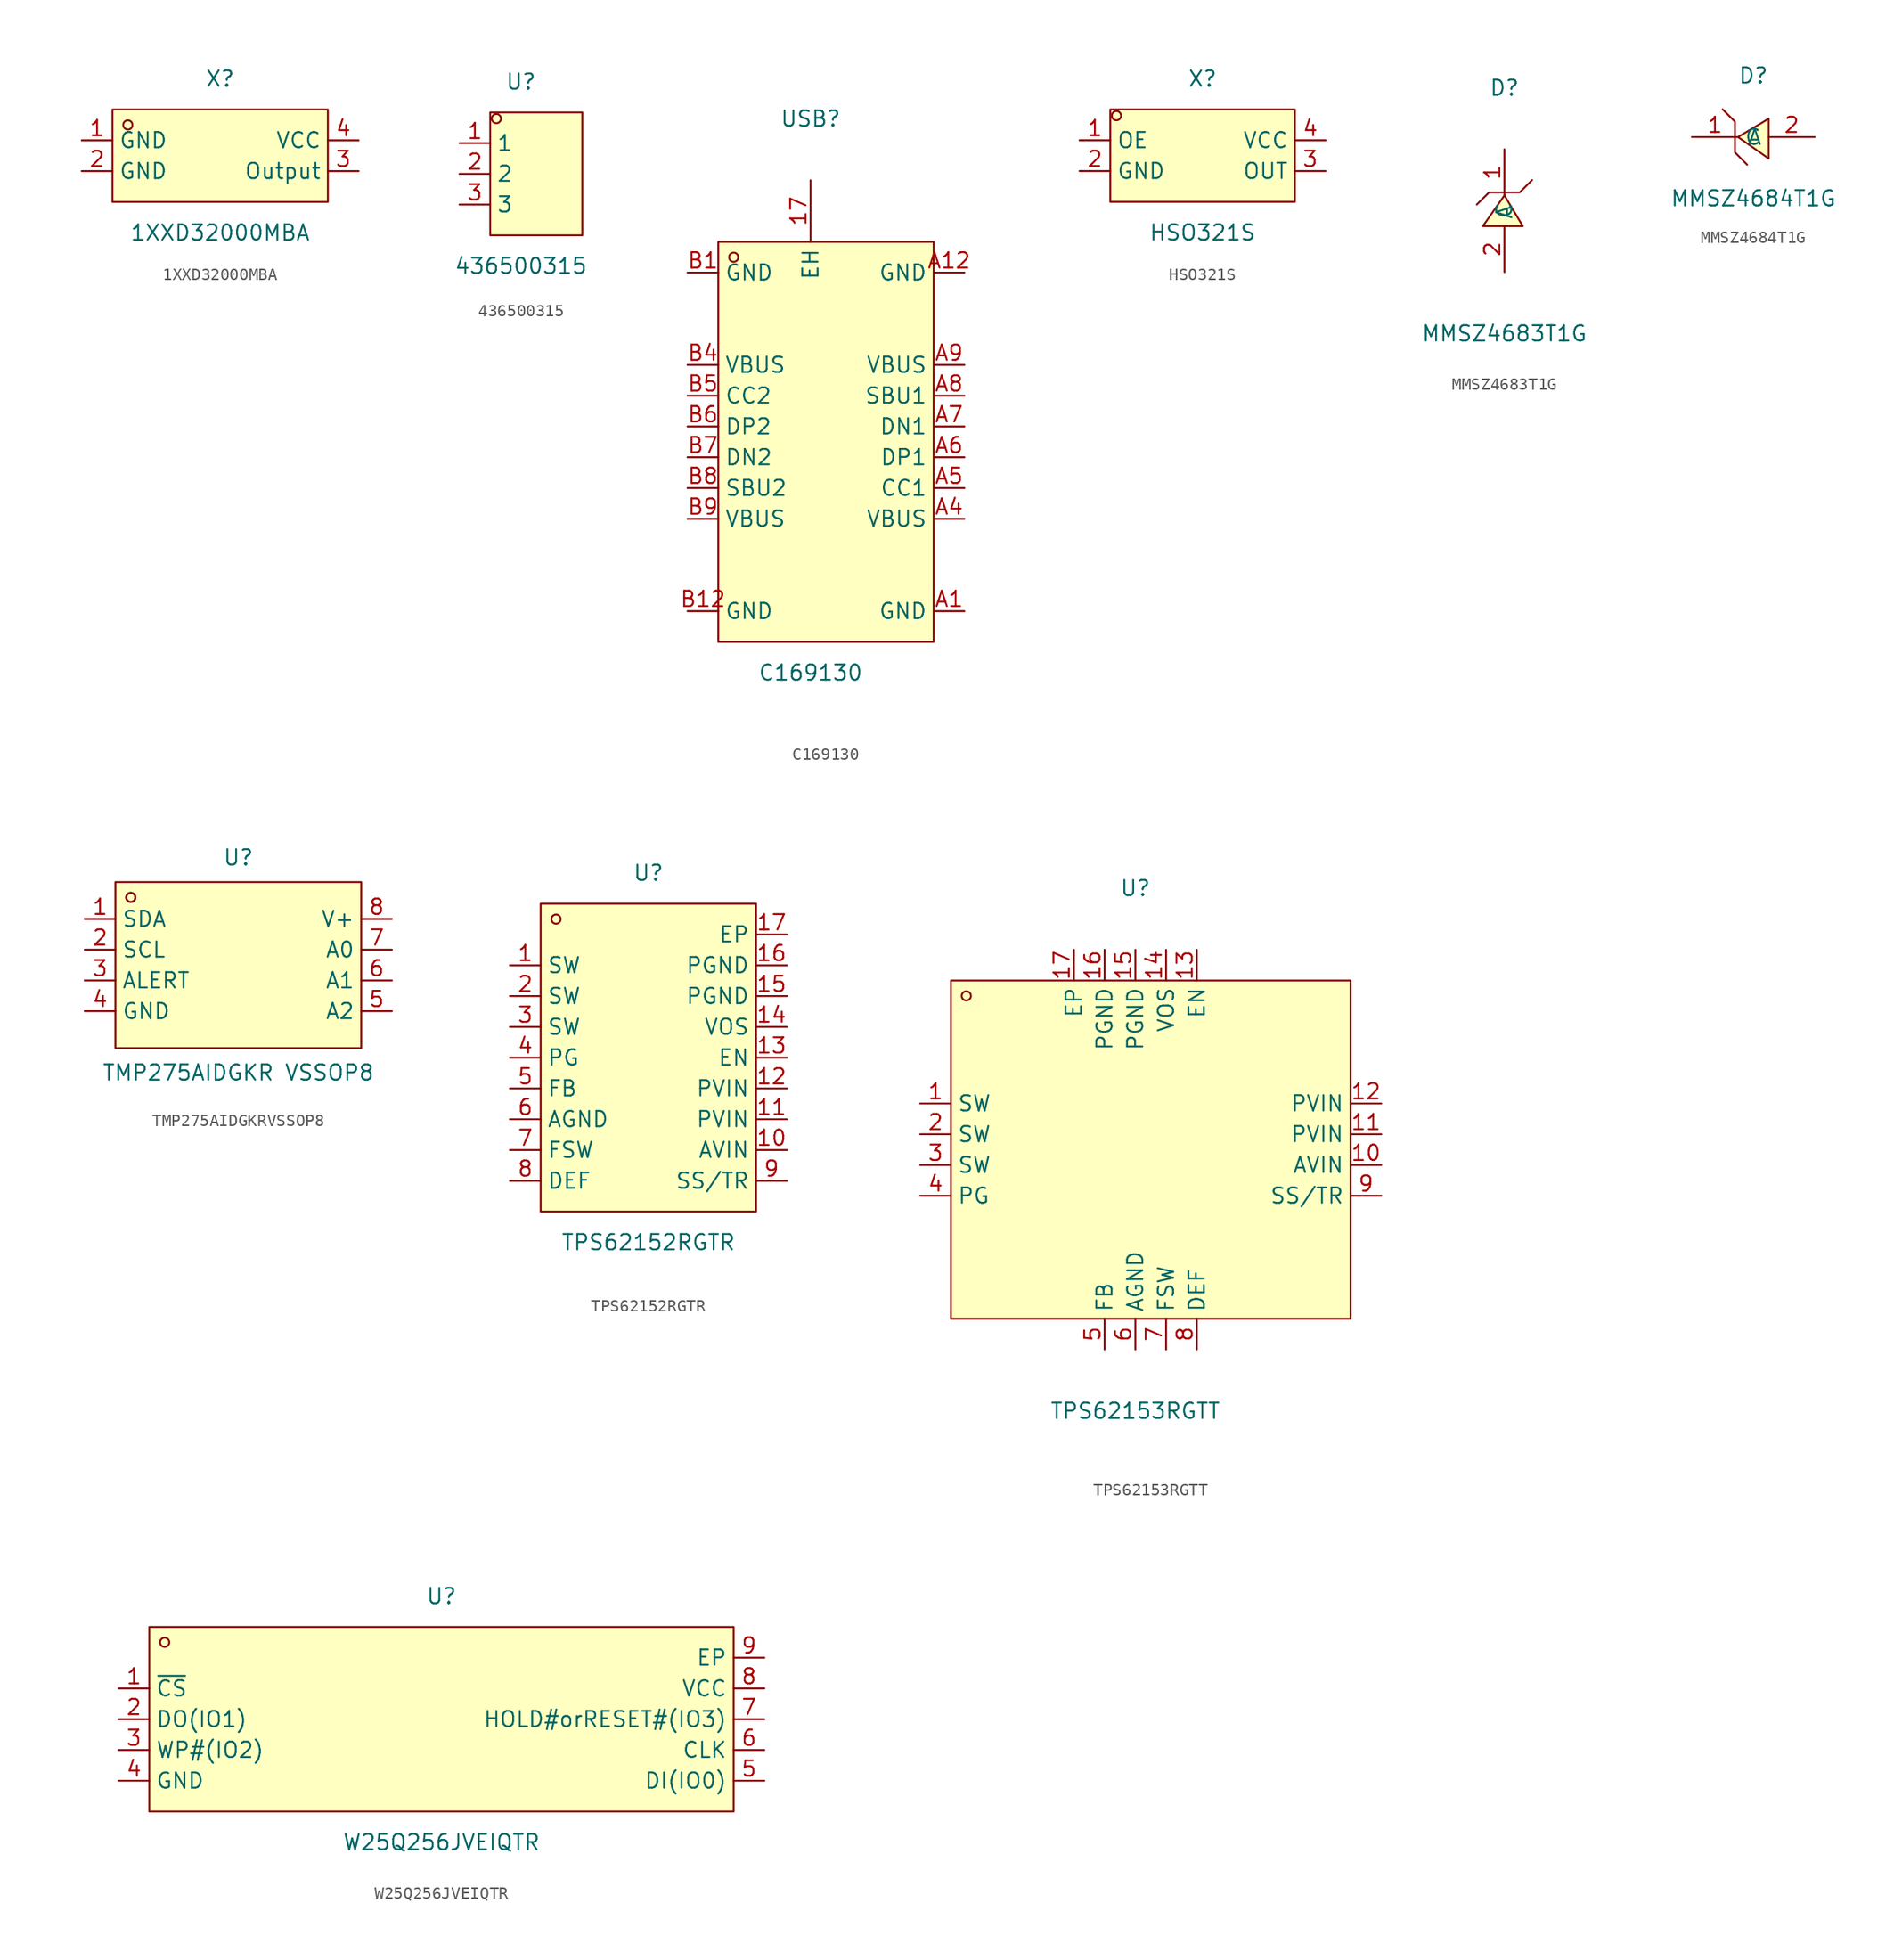
<source format=kicad_sym>
(kicad_symbol_lib
  (version 20211014)
  (generator https://github.com/uPesy/easyeda2kicad.py)
  (symbol "1XXD32000MBA"
    (property "Reference" "X"
      (at 0 6.35 0)
      (effects (font (size 1.27 1.27))))
    (property "Value" "1XXD32000MBA"
      (at 0 -6.35 0)
      (effects (font (size 1.27 1.27))))
    (symbol "1XXD32000MBA_0_1"
      (rectangle (start -8.89 3.81) (end 8.89 -3.81) (stroke (width 0) (type default) (color 0 0 0 0)) (fill (type background)))
      (circle (center -7.62 2.54) (radius 0.38) (stroke (width 0) (type default) (color 0 0 0 0)) (fill (type none)))
      (pin unspecified line (at -11.43 1.27 0) (length 2.54) (name "GND" (effects (font (size 1.27 1.27)))) (number "1" (effects (font (size 1.27 1.27)))))
      (pin unspecified line (at -11.43 -1.27 0) (length 2.54) (name "GND" (effects (font (size 1.27 1.27)))) (number "2" (effects (font (size 1.27 1.27)))))
      (pin unspecified line (at 11.43 -1.27 180) (length 2.54) (name "Output" (effects (font (size 1.27 1.27)))) (number "3" (effects (font (size 1.27 1.27)))))
      (pin unspecified line (at 11.43 1.27 180) (length 2.54) (name "VCC" (effects (font (size 1.27 1.27)))) (number "4" (effects (font (size 1.27 1.27)))))))
  (symbol "436500315"
    (property "Reference" "U"
      (at 0 7.62 0)
      (effects (font (size 1.27 1.27))))
    (property "Value" "436500315"
      (at 0 -7.62 0)
      (effects (font (size 1.27 1.27))))
    (symbol "436500315_0_1"
      (rectangle (start -2.54 5.08) (end 5.08 -5.08) (stroke (width 0) (type default) (color 0 0 0 0)) (fill (type background)))
      (circle (center -2.03 4.57) (radius 0.38) (stroke (width 0) (type default) (color 0 0 0 0)) (fill (type none)))
      (pin unspecified line (at -5.08 2.54 0) (length 2.54) (name "1" (effects (font (size 1.27 1.27)))) (number "1" (effects (font (size 1.27 1.27)))))
      (pin unspecified line (at -5.08 -0.00 0) (length 2.54) (name "2" (effects (font (size 1.27 1.27)))) (number "2" (effects (font (size 1.27 1.27)))))
      (pin unspecified line (at -5.08 -2.54 0) (length 2.54) (name "3" (effects (font (size 1.27 1.27)))) (number "3" (effects (font (size 1.27 1.27)))))))
  (symbol "C169130"
    (property "Reference" "USB"
      (at 0 25.40 0)
      (effects (font (size 1.27 1.27))))
    (property "Value" "C169130"
      (at 0 -20.32 0)
      (effects (font (size 1.27 1.27))))
    (symbol "C169130_0_1"
      (rectangle (start -7.62 15.24) (end 10.16 -17.78) (stroke (width 0) (type default) (color 0 0 0 0)) (fill (type background)))
      (circle (center -6.35 13.97) (radius 0.38) (stroke (width 0) (type default) (color 0 0 0 0)) (fill (type none)))
      (pin unspecified line (at 12.70 12.70 180) (length 2.54) (name "GND" (effects (font (size 1.27 1.27)))) (number "A12" (effects (font (size 1.27 1.27)))))
      (pin unspecified line (at 12.70 5.08 180) (length 2.54) (name "VBUS" (effects (font (size 1.27 1.27)))) (number "A9" (effects (font (size 1.27 1.27)))))
      (pin unspecified line (at 12.70 2.54 180) (length 2.54) (name "SBU1" (effects (font (size 1.27 1.27)))) (number "A8" (effects (font (size 1.27 1.27)))))
      (pin unspecified line (at 12.70 -0.00 180) (length 2.54) (name "DN1" (effects (font (size 1.27 1.27)))) (number "A7" (effects (font (size 1.27 1.27)))))
      (pin unspecified line (at 12.70 -2.54 180) (length 2.54) (name "DP1" (effects (font (size 1.27 1.27)))) (number "A6" (effects (font (size 1.27 1.27)))))
      (pin unspecified line (at 12.70 -5.08 180) (length 2.54) (name "CC1" (effects (font (size 1.27 1.27)))) (number "A5" (effects (font (size 1.27 1.27)))))
      (pin unspecified line (at 12.70 -7.62 180) (length 2.54) (name "VBUS" (effects (font (size 1.27 1.27)))) (number "A4" (effects (font (size 1.27 1.27)))))
      (pin unspecified line (at 12.70 -15.24 180) (length 2.54) (name "GND" (effects (font (size 1.27 1.27)))) (number "A1" (effects (font (size 1.27 1.27)))))
      (pin unspecified line (at 0.00 20.32 270) (length 5.08) (name "EH" (effects (font (size 1.27 1.27)))) (number "17" (effects (font (size 1.27 1.27)))))
      (pin unspecified line (at -10.16 -15.24 0) (length 2.54) (name "GND" (effects (font (size 1.27 1.27)))) (number "B12" (effects (font (size 1.27 1.27)))))
      (pin unspecified line (at -10.16 -7.62 0) (length 2.54) (name "VBUS" (effects (font (size 1.27 1.27)))) (number "B9" (effects (font (size 1.27 1.27)))))
      (pin unspecified line (at -10.16 -5.08 0) (length 2.54) (name "SBU2" (effects (font (size 1.27 1.27)))) (number "B8" (effects (font (size 1.27 1.27)))))
      (pin unspecified line (at -10.16 -2.54 0) (length 2.54) (name "DN2" (effects (font (size 1.27 1.27)))) (number "B7" (effects (font (size 1.27 1.27)))))
      (pin unspecified line (at -10.16 -0.00 0) (length 2.54) (name "DP2" (effects (font (size 1.27 1.27)))) (number "B6" (effects (font (size 1.27 1.27)))))
      (pin unspecified line (at -10.16 2.54 0) (length 2.54) (name "CC2" (effects (font (size 1.27 1.27)))) (number "B5" (effects (font (size 1.27 1.27)))))
      (pin unspecified line (at -10.16 5.08 0) (length 2.54) (name "VBUS" (effects (font (size 1.27 1.27)))) (number "B4" (effects (font (size 1.27 1.27)))))
      (pin unspecified line (at -10.16 12.70 0) (length 2.54) (name "GND" (effects (font (size 1.27 1.27)))) (number "B1" (effects (font (size 1.27 1.27)))))))
  (symbol "HSO321S"
    (property "Reference" "X"
      (at 0 7.62 0)
      (effects (font (size 1.27 1.27))))
    (property "Value" "HSO321S"
      (at 0 -5.08 0)
      (effects (font (size 1.27 1.27))))
    (symbol "HSO321S_0_1"
      (rectangle (start -7.62 5.08) (end 7.62 -2.54) (stroke (width 0) (type default) (color 0 0 0 0)) (fill (type background)))
      (circle (center -7.11 4.57) (radius 0.38) (stroke (width 0) (type default) (color 0 0 0 0)) (fill (type none)))
      (pin unspecified line (at -10.16 2.54 0) (length 2.54) (name "OE" (effects (font (size 1.27 1.27)))) (number "1" (effects (font (size 1.27 1.27)))))
      (pin unspecified line (at -10.16 -0.00 0) (length 2.54) (name "GND" (effects (font (size 1.27 1.27)))) (number "2" (effects (font (size 1.27 1.27)))))
      (pin unspecified line (at 10.16 -0.00 180) (length 2.54) (name "OUT" (effects (font (size 1.27 1.27)))) (number "3" (effects (font (size 1.27 1.27)))))
      (pin unspecified line (at 10.16 2.54 180) (length 2.54) (name "VCC" (effects (font (size 1.27 1.27)))) (number "4" (effects (font (size 1.27 1.27)))))))
  (symbol "MMSZ4683T1G"
    (property "Reference" "D"
      (at 0 10.16 0)
      (effects (font (size 1.27 1.27))))
    (property "Value" "MMSZ4683T1G"
      (at 0 -10.16 0)
      (effects (font (size 1.27 1.27))))
    (symbol "MMSZ4683T1G_0_1"
      (polyline (pts (xy 1.52 -1.27) (xy 0.00 1.27) (xy -1.78 -1.27) (xy 1.52 -1.27)) (stroke (width 0) (type default) (color 0 0 0 0)) (fill (type background)))
      (polyline (pts (xy 2.29 2.54) (xy 1.27 1.52) (xy -1.27 1.52) (xy -2.29 0.51)) (stroke (width 0) (type default) (color 0 0 0 0)) (fill (type none)))
      (pin unspecified line (at 0.00 -5.08 90) (length 3.81) (name "A" (effects (font (size 1.27 1.27)))) (number "2" (effects (font (size 1.27 1.27)))))
      (pin unspecified line (at 0.00 5.08 270) (length 3.81) (name "C" (effects (font (size 1.27 1.27)))) (number "1" (effects (font (size 1.27 1.27)))))))
  (symbol "MMSZ4684T1G"
    (property "Reference" "D"
      (at 0 5.08 0)
      (effects (font (size 1.27 1.27))))
    (property "Value" "MMSZ4684T1G"
      (at 0 -5.08 0)
      (effects (font (size 1.27 1.27))))
    (symbol "MMSZ4684T1G_0_1"
      (polyline (pts (xy 1.27 1.52) (xy -1.27 -0.00) (xy 1.27 -1.78) (xy 1.27 1.52)) (stroke (width 0) (type default) (color 0 0 0 0)) (fill (type background)))
      (polyline (pts (xy -2.54 2.29) (xy -1.52 1.27) (xy -1.52 -1.27) (xy -0.51 -2.29)) (stroke (width 0) (type default) (color 0 0 0 0)) (fill (type none)))
      (pin unspecified line (at 5.08 -0.00 180) (length 3.81) (name "A" (effects (font (size 1.27 1.27)))) (number "2" (effects (font (size 1.27 1.27)))))
      (pin unspecified line (at -5.08 -0.00 0) (length 3.81) (name "C" (effects (font (size 1.27 1.27)))) (number "1" (effects (font (size 1.27 1.27)))))))
  (symbol "TMP275AIDGKRVSSOP8"
    (property "Reference" "U"
      (at 0 8.89 0)
      (effects (font (size 1.27 1.27))))
    (property "Value" "TMP275AIDGKR VSSOP8"
      (at 0 -8.89 0)
      (effects (font (size 1.27 1.27))))
    (symbol "TMP275AIDGKRVSSOP8_0_1"
      (rectangle (start -10.16 6.86) (end 10.16 -6.86) (stroke (width 0) (type default) (color 0 0 0 0)) (fill (type background)))
      (circle (center -8.89 5.59) (radius 0.38) (stroke (width 0) (type default) (color 0 0 0 0)) (fill (type none)))
      (circle (center -8.89 5.59) (radius 0.38) (stroke (width 0) (type default) (color 0 0 0 0)) (fill (type none)))
      (pin unspecified line (at -12.70 3.81 0) (length 2.54) (name "SDA" (effects (font (size 1.27 1.27)))) (number "1" (effects (font (size 1.27 1.27)))))
      (pin unspecified line (at -12.70 1.27 0) (length 2.54) (name "SCL" (effects (font (size 1.27 1.27)))) (number "2" (effects (font (size 1.27 1.27)))))
      (pin unspecified line (at -12.70 -1.27 0) (length 2.54) (name "ALERT" (effects (font (size 1.27 1.27)))) (number "3" (effects (font (size 1.27 1.27)))))
      (pin unspecified line (at -12.70 -3.81 0) (length 2.54) (name "GND" (effects (font (size 1.27 1.27)))) (number "4" (effects (font (size 1.27 1.27)))))
      (pin unspecified line (at 12.70 -3.81 180) (length 2.54) (name "A2" (effects (font (size 1.27 1.27)))) (number "5" (effects (font (size 1.27 1.27)))))
      (pin unspecified line (at 12.70 -1.27 180) (length 2.54) (name "A1" (effects (font (size 1.27 1.27)))) (number "6" (effects (font (size 1.27 1.27)))))
      (pin unspecified line (at 12.70 1.27 180) (length 2.54) (name "A0" (effects (font (size 1.27 1.27)))) (number "7" (effects (font (size 1.27 1.27)))))
      (pin unspecified line (at 12.70 3.81 180) (length 2.54) (name "V+" (effects (font (size 1.27 1.27)))) (number "8" (effects (font (size 1.27 1.27)))))))
  (symbol "TPS62152RGTR"
    (property "Reference" "U"
      (at 0 15.24 0)
      (effects (font (size 1.27 1.27))))
    (property "Value" "TPS62152RGTR"
      (at 0 -15.24 0)
      (effects (font (size 1.27 1.27))))
    (symbol "TPS62152RGTR_0_1"
      (rectangle (start -8.89 12.70) (end 8.89 -12.70) (stroke (width 0) (type default) (color 0 0 0 0)) (fill (type background)))
      (circle (center -7.62 11.43) (radius 0.38) (stroke (width 0) (type default) (color 0 0 0 0)) (fill (type none)))
      (pin unspecified line (at -11.43 7.62 0) (length 2.54) (name "SW" (effects (font (size 1.27 1.27)))) (number "1" (effects (font (size 1.27 1.27)))))
      (pin unspecified line (at -11.43 5.08 0) (length 2.54) (name "SW" (effects (font (size 1.27 1.27)))) (number "2" (effects (font (size 1.27 1.27)))))
      (pin unspecified line (at -11.43 2.54 0) (length 2.54) (name "SW" (effects (font (size 1.27 1.27)))) (number "3" (effects (font (size 1.27 1.27)))))
      (pin unspecified line (at -11.43 -0.00 0) (length 2.54) (name "PG" (effects (font (size 1.27 1.27)))) (number "4" (effects (font (size 1.27 1.27)))))
      (pin unspecified line (at -11.43 -2.54 0) (length 2.54) (name "FB" (effects (font (size 1.27 1.27)))) (number "5" (effects (font (size 1.27 1.27)))))
      (pin unspecified line (at -11.43 -5.08 0) (length 2.54) (name "AGND" (effects (font (size 1.27 1.27)))) (number "6" (effects (font (size 1.27 1.27)))))
      (pin unspecified line (at -11.43 -7.62 0) (length 2.54) (name "FSW" (effects (font (size 1.27 1.27)))) (number "7" (effects (font (size 1.27 1.27)))))
      (pin unspecified line (at -11.43 -10.16 0) (length 2.54) (name "DEF" (effects (font (size 1.27 1.27)))) (number "8" (effects (font (size 1.27 1.27)))))
      (pin unspecified line (at 11.43 -10.16 180) (length 2.54) (name "SS/TR" (effects (font (size 1.27 1.27)))) (number "9" (effects (font (size 1.27 1.27)))))
      (pin unspecified line (at 11.43 -7.62 180) (length 2.54) (name "AVIN" (effects (font (size 1.27 1.27)))) (number "10" (effects (font (size 1.27 1.27)))))
      (pin unspecified line (at 11.43 -5.08 180) (length 2.54) (name "PVIN" (effects (font (size 1.27 1.27)))) (number "11" (effects (font (size 1.27 1.27)))))
      (pin unspecified line (at 11.43 -2.54 180) (length 2.54) (name "PVIN" (effects (font (size 1.27 1.27)))) (number "12" (effects (font (size 1.27 1.27)))))
      (pin unspecified line (at 11.43 -0.00 180) (length 2.54) (name "EN" (effects (font (size 1.27 1.27)))) (number "13" (effects (font (size 1.27 1.27)))))
      (pin unspecified line (at 11.43 2.54 180) (length 2.54) (name "VOS" (effects (font (size 1.27 1.27)))) (number "14" (effects (font (size 1.27 1.27)))))
      (pin unspecified line (at 11.43 5.08 180) (length 2.54) (name "PGND" (effects (font (size 1.27 1.27)))) (number "15" (effects (font (size 1.27 1.27)))))
      (pin unspecified line (at 11.43 7.62 180) (length 2.54) (name "PGND" (effects (font (size 1.27 1.27)))) (number "16" (effects (font (size 1.27 1.27)))))
      (pin unspecified line (at 11.43 10.16 180) (length 2.54) (name "EP" (effects (font (size 1.27 1.27)))) (number "17" (effects (font (size 1.27 1.27)))))))
  (symbol "TPS62153RGTT"
    (property "Reference" "U"
      (at 0 20.32 0)
      (effects (font (size 1.27 1.27))))
    (property "Value" "TPS62153RGTT"
      (at 0 -22.86 0)
      (effects (font (size 1.27 1.27))))
    (symbol "TPS62153RGTT_0_1"
      (rectangle (start -15.24 12.70) (end 17.78 -15.24) (stroke (width 0) (type default) (color 0 0 0 0)) (fill (type background)))
      (circle (center -13.97 11.43) (radius 0.38) (stroke (width 0) (type default) (color 0 0 0 0)) (fill (type none)))
      (pin unspecified line (at -17.78 2.54 0) (length 2.54) (name "SW" (effects (font (size 1.27 1.27)))) (number "1" (effects (font (size 1.27 1.27)))))
      (pin unspecified line (at -17.78 -0.00 0) (length 2.54) (name "SW" (effects (font (size 1.27 1.27)))) (number "2" (effects (font (size 1.27 1.27)))))
      (pin unspecified line (at -17.78 -2.54 0) (length 2.54) (name "SW" (effects (font (size 1.27 1.27)))) (number "3" (effects (font (size 1.27 1.27)))))
      (pin unspecified line (at -17.78 -5.08 0) (length 2.54) (name "PG" (effects (font (size 1.27 1.27)))) (number "4" (effects (font (size 1.27 1.27)))))
      (pin unspecified line (at -2.54 -17.78 90) (length 2.54) (name "FB" (effects (font (size 1.27 1.27)))) (number "5" (effects (font (size 1.27 1.27)))))
      (pin unspecified line (at 0.00 -17.78 90) (length 2.54) (name "AGND" (effects (font (size 1.27 1.27)))) (number "6" (effects (font (size 1.27 1.27)))))
      (pin unspecified line (at 2.54 -17.78 90) (length 2.54) (name "FSW" (effects (font (size 1.27 1.27)))) (number "7" (effects (font (size 1.27 1.27)))))
      (pin unspecified line (at 5.08 -17.78 90) (length 2.54) (name "DEF" (effects (font (size 1.27 1.27)))) (number "8" (effects (font (size 1.27 1.27)))))
      (pin unspecified line (at 20.32 -5.08 180) (length 2.54) (name "SS/TR" (effects (font (size 1.27 1.27)))) (number "9" (effects (font (size 1.27 1.27)))))
      (pin unspecified line (at 20.32 -2.54 180) (length 2.54) (name "AVIN" (effects (font (size 1.27 1.27)))) (number "10" (effects (font (size 1.27 1.27)))))
      (pin unspecified line (at 20.32 -0.00 180) (length 2.54) (name "PVIN" (effects (font (size 1.27 1.27)))) (number "11" (effects (font (size 1.27 1.27)))))
      (pin unspecified line (at 20.32 2.54 180) (length 2.54) (name "PVIN" (effects (font (size 1.27 1.27)))) (number "12" (effects (font (size 1.27 1.27)))))
      (pin unspecified line (at 5.08 15.24 270) (length 2.54) (name "EN" (effects (font (size 1.27 1.27)))) (number "13" (effects (font (size 1.27 1.27)))))
      (pin unspecified line (at 2.54 15.24 270) (length 2.54) (name "VOS" (effects (font (size 1.27 1.27)))) (number "14" (effects (font (size 1.27 1.27)))))
      (pin unspecified line (at 0.00 15.24 270) (length 2.54) (name "PGND" (effects (font (size 1.27 1.27)))) (number "15" (effects (font (size 1.27 1.27)))))
      (pin unspecified line (at -2.54 15.24 270) (length 2.54) (name "PGND" (effects (font (size 1.27 1.27)))) (number "16" (effects (font (size 1.27 1.27)))))
      (pin unspecified line (at -5.08 15.24 270) (length 2.54) (name "EP" (effects (font (size 1.27 1.27)))) (number "17" (effects (font (size 1.27 1.27)))))))
  (symbol "W25Q256JVEIQTR"
    (property "Reference" "U"
      (at 0 10.16 0)
      (effects (font (size 1.27 1.27))))
    (property "Value" "W25Q256JVEIQTR"
      (at 0 -10.16 0)
      (effects (font (size 1.27 1.27))))
    (symbol "W25Q256JVEIQTR_0_1"
      (rectangle (start -24.13 7.62) (end 24.13 -7.62) (stroke (width 0) (type default) (color 0 0 0 0)) (fill (type background)))
      (circle (center -22.86 6.35) (radius 0.38) (stroke (width 0) (type default) (color 0 0 0 0)) (fill (type none)))
      (pin unspecified line (at -26.67 2.54 0) (length 2.54) (name "~{CS}" (effects (font (size 1.27 1.27)))) (number "1" (effects (font (size 1.27 1.27)))))
      (pin unspecified line (at -26.67 -0.00 0) (length 2.54) (name "DO(IO1)" (effects (font (size 1.27 1.27)))) (number "2" (effects (font (size 1.27 1.27)))))
      (pin unspecified line (at -26.67 -2.54 0) (length 2.54) (name "WP#(IO2)" (effects (font (size 1.27 1.27)))) (number "3" (effects (font (size 1.27 1.27)))))
      (pin unspecified line (at -26.67 -5.08 0) (length 2.54) (name "GND" (effects (font (size 1.27 1.27)))) (number "4" (effects (font (size 1.27 1.27)))))
      (pin unspecified line (at 26.67 -5.08 180) (length 2.54) (name "DI(IO0)" (effects (font (size 1.27 1.27)))) (number "5" (effects (font (size 1.27 1.27)))))
      (pin unspecified line (at 26.67 -2.54 180) (length 2.54) (name "CLK" (effects (font (size 1.27 1.27)))) (number "6" (effects (font (size 1.27 1.27)))))
      (pin unspecified line (at 26.67 -0.00 180) (length 2.54) (name "HOLD#orRESET#(IO3)" (effects (font (size 1.27 1.27)))) (number "7" (effects (font (size 1.27 1.27)))))
      (pin unspecified line (at 26.67 2.54 180) (length 2.54) (name "VCC" (effects (font (size 1.27 1.27)))) (number "8" (effects (font (size 1.27 1.27)))))
      (pin unspecified line (at 26.67 5.08 180) (length 2.54) (name "EP" (effects (font (size 1.27 1.27)))) (number "9" (effects (font (size 1.27 1.27))))))))
</source>
